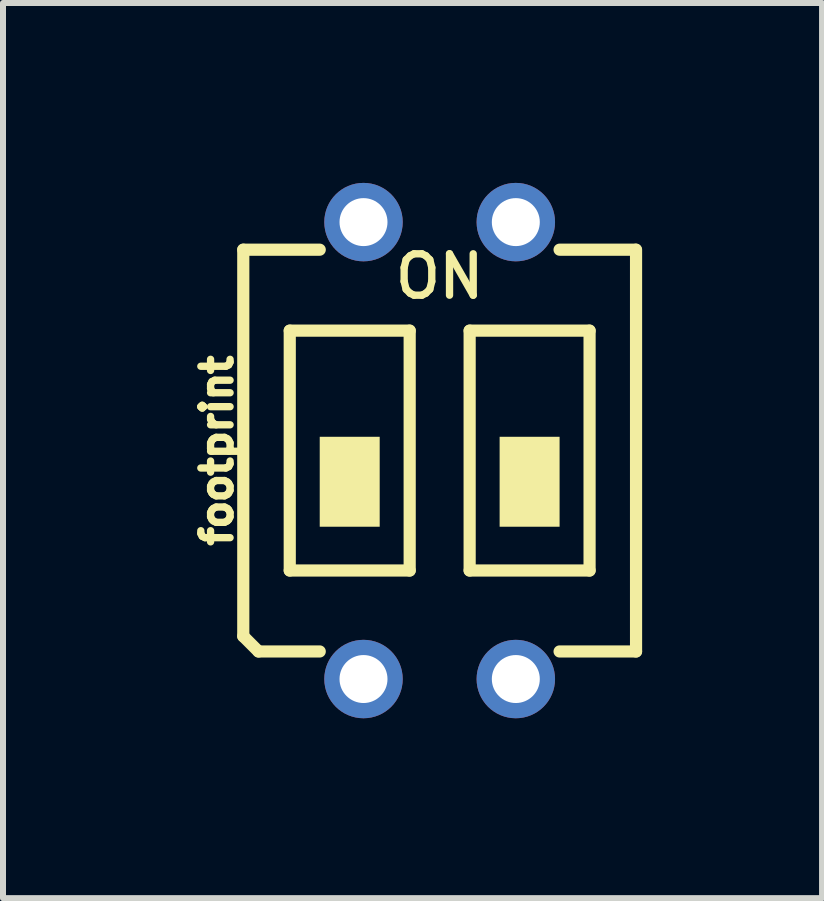
<source format=kicad_pcb>
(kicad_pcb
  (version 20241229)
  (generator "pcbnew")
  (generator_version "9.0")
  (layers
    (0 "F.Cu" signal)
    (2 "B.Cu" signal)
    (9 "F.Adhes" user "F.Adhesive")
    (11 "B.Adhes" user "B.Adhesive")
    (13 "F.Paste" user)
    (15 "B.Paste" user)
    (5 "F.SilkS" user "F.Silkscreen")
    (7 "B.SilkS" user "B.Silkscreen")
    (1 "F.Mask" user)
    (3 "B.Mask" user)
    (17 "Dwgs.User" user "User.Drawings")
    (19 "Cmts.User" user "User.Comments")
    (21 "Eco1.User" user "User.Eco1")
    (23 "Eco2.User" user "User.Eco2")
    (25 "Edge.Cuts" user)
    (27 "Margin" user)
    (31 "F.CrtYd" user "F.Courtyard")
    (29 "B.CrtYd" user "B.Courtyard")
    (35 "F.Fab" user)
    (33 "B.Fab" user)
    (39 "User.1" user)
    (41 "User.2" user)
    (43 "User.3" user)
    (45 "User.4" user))
  (footprint "footprint"
    (layer "F.Cu")
    (at 4.282 4.464)
    (property "Reference" "footprint" (at -3.429 0 90) (layer "F.SilkS") (effects (font (size 0.488 0.488) (thickness 0.122)) (justify bottom)))
    (fp_line (start -3.275 -3.35) (end -2 -3.35) (stroke (width 0.203) (type solid)) (layer "F.SilkS"))
    (fp_line (start -3.275 3.096) (end -3.275 -3.35) (stroke (width 0.203) (type solid)) (layer "F.SilkS"))
    (fp_line (start -3.021 3.35) (end -3.275 3.096) (stroke (width 0.203) (type solid)) (layer "F.SilkS"))
    (fp_line (start -2.5 -2) (end -2.5 2) (stroke (width 0.203) (type solid)) (layer "F.SilkS"))
    (fp_line (start -2.5 2) (end -0.5 2) (stroke (width 0.203) (type solid)) (layer "F.SilkS"))
    (fp_line (start -2 3.35) (end -3.021 3.35) (stroke (width 0.203) (type solid)) (layer "F.SilkS"))
    (fp_line (start -0.5 -2) (end -2.5 -2) (stroke (width 0.203) (type solid)) (layer "F.SilkS"))
    (fp_line (start -0.5 2) (end -0.5 -2) (stroke (width 0.203) (type solid)) (layer "F.SilkS"))
    (fp_line (start 0.5 -2) (end 0.5 2) (stroke (width 0.203) (type solid)) (layer "F.SilkS"))
    (fp_line (start 0.5 2) (end 2.5 2) (stroke (width 0.203) (type solid)) (layer "F.SilkS"))
    (fp_line (start 2 -3.35) (end 3.27 -3.35) (stroke (width 0.203) (type solid)) (layer "F.SilkS"))
    (fp_line (start 2.5 -2) (end 0.5 -2) (stroke (width 0.203) (type solid)) (layer "F.SilkS"))
    (fp_line (start 2.5 2) (end 2.5 -2) (stroke (width 0.203) (type solid)) (layer "F.SilkS"))
    (fp_line (start 3.275 -3.35) (end 3.275 3.35) (stroke (width 0.203) (type solid)) (layer "F.SilkS"))
    (fp_line (start 3.275 3.35) (end 2 3.35) (stroke (width 0.203) (type solid)) (layer "F.SilkS"))
    (fp_poly (pts (xy -2 1.27) (xy -1 1.27) (xy -1 -0.23) (xy -2 -0.23)) (stroke (width 0) (type solid)) (fill yes) (layer "F.SilkS"))
    (fp_poly (pts (xy 1 1.27) (xy 2 1.27) (xy 2 -0.23) (xy 1 -0.23)) (stroke (width 0) (type solid)) (fill yes) (layer "F.SilkS"))
    (fp_text user "ON" (at 0 -2.5 0) (layer "F.SilkS") (effects (font (size 0.691 0.691) (thickness 0.122)) (justify bottom)))
    (pad "1" thru_hole circle (at -1.27 3.81) (size 1.308 1.308) (drill 0.8) (layers "*.Cu" "*.Mask"))
    (pad "2" thru_hole circle (at 1.27 3.81) (size 1.308 1.308) (drill 0.8) (layers "*.Cu" "*.Mask"))
    (pad "3" thru_hole circle (at 1.27 -3.81) (size 1.308 1.308) (drill 0.8) (layers "*.Cu" "*.Mask"))
    (pad "4" thru_hole circle (at -1.27 -3.81) (size 1.308 1.308) (drill 0.8) (layers "*.Cu" "*.Mask")))
  (gr_rect
    (start -3 -3)
    (end 10.659 11.928)
    (stroke (width 0.1) (type default))
    (fill no)
    (layer "Edge.Cuts")))
</source>
